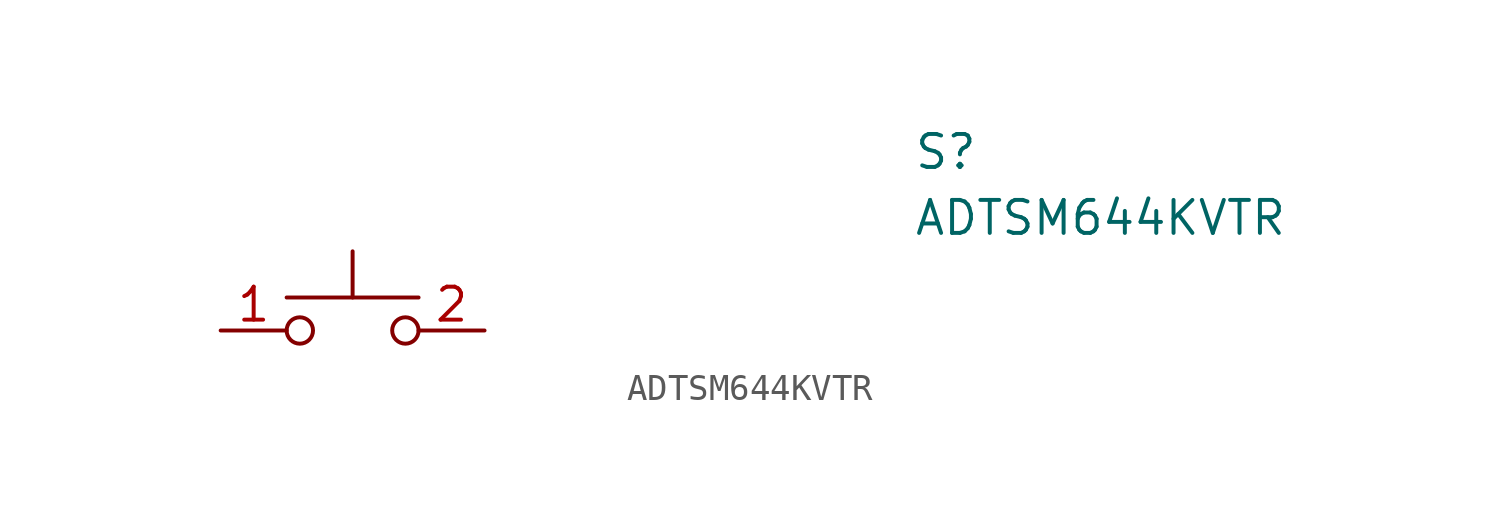
<source format=kicad_sym>
(kicad_symbol_lib
  (version 20220914)
  (generator kicad_symbol_editor)
  (symbol "ADTSM644KVTR"
    (property "Reference" "S"
      (at 26.67 7.62 0)
      (effects (font (size 1.27 1.27)) (justify left top)))
    (property "Value" "ADTSM644KVTR"
      (at 26.67 5.08 0)
      (effects (font (size 1.27 1.27)) (justify left top)))
    (symbol "ADTSM644KVTR_0_1"
      (polyline (pts (xy 5.08 1.27) (xy 5.08 3.048)) (stroke (width 0) (type default)) (fill (type none)))
      (polyline (pts (xy 7.62 1.27) (xy 2.54 1.27)) (stroke (width 0) (type default)) (fill (type none)))
      (circle (center 3.048 0) (radius 0.508) (stroke (width 0) (type default)) (fill (type none)))
      (circle (center 7.112 0) (radius 0.508) (stroke (width 0) (type default)) (fill (type none))))
    (symbol "ADTSM644KVTR_1_1"
      (pin passive line (at 0 0 0) (length 2.54) (name "" (effects (font (size 1.27 1.27)))) (number "1" (effects (font (size 1.27 1.27)))))
      (pin passive line (at 10.16 0 180) (length 2.54) (name "" (effects (font (size 1.27 1.27)))) (number "2" (effects (font (size 1.27 1.27))))))))
</source>
